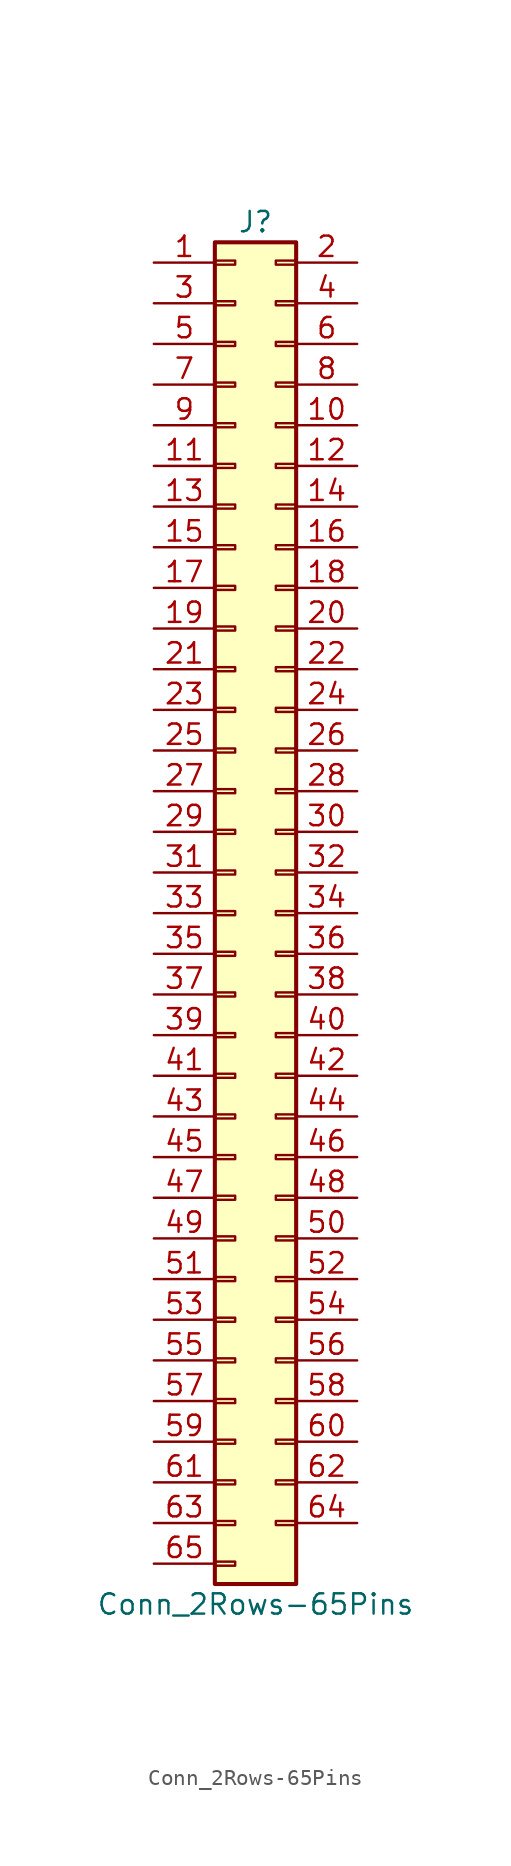
<source format=kicad_sym>
(kicad_symbol_lib
  (version 20220914)
  (generator kicad_symbol_editor)
  (symbol "Conn_2Rows-65Pins"
    (pin_names
      (offset 1.016) hide)
    (property "Reference" "J"
      (at 1.27 43.18 0)
      (effects (font (size 1.27 1.27))))
    (property "Value" "Conn_2Rows-65Pins"
      (at 1.27 -43.18 0)
      (effects (font (size 1.27 1.27))))
    (symbol "Conn_2Rows-65Pins_1_1"
      (rectangle (start -1.27 -40.513) (end 0 -40.767) (stroke (width 0.152) (type solid)) (fill (type none)))
      (rectangle (start -1.27 -37.973) (end 0 -38.227) (stroke (width 0.152) (type solid)) (fill (type none)))
      (rectangle (start -1.27 -35.433) (end 0 -35.687) (stroke (width 0.152) (type solid)) (fill (type none)))
      (rectangle (start -1.27 -32.893) (end 0 -33.147) (stroke (width 0.152) (type solid)) (fill (type none)))
      (rectangle (start -1.27 -30.353) (end 0 -30.607) (stroke (width 0.152) (type solid)) (fill (type none)))
      (rectangle (start -1.27 -27.813) (end 0 -28.067) (stroke (width 0.152) (type solid)) (fill (type none)))
      (rectangle (start -1.27 -25.273) (end 0 -25.527) (stroke (width 0.152) (type solid)) (fill (type none)))
      (rectangle (start -1.27 -22.733) (end 0 -22.987) (stroke (width 0.152) (type solid)) (fill (type none)))
      (rectangle (start -1.27 -20.193) (end 0 -20.447) (stroke (width 0.152) (type solid)) (fill (type none)))
      (rectangle (start -1.27 -17.653) (end 0 -17.907) (stroke (width 0.152) (type solid)) (fill (type none)))
      (rectangle (start -1.27 -15.113) (end 0 -15.367) (stroke (width 0.152) (type solid)) (fill (type none)))
      (rectangle (start -1.27 -12.573) (end 0 -12.827) (stroke (width 0.152) (type solid)) (fill (type none)))
      (rectangle (start -1.27 -10.033) (end 0 -10.287) (stroke (width 0.152) (type solid)) (fill (type none)))
      (rectangle (start -1.27 -7.493) (end 0 -7.747) (stroke (width 0.152) (type solid)) (fill (type none)))
      (rectangle (start -1.27 -4.953) (end 0 -5.207) (stroke (width 0.152) (type solid)) (fill (type none)))
      (rectangle (start -1.27 -2.413) (end 0 -2.667) (stroke (width 0.152) (type solid)) (fill (type none)))
      (rectangle (start -1.27 0.127) (end 0 -0.127) (stroke (width 0.152) (type solid)) (fill (type none)))
      (rectangle (start -1.27 2.667) (end 0 2.413) (stroke (width 0.152) (type solid)) (fill (type none)))
      (rectangle (start -1.27 5.207) (end 0 4.953) (stroke (width 0.152) (type solid)) (fill (type none)))
      (rectangle (start -1.27 7.747) (end 0 7.493) (stroke (width 0.152) (type solid)) (fill (type none)))
      (rectangle (start -1.27 10.287) (end 0 10.033) (stroke (width 0.152) (type solid)) (fill (type none)))
      (rectangle (start -1.27 12.827) (end 0 12.573) (stroke (width 0.152) (type solid)) (fill (type none)))
      (rectangle (start -1.27 15.367) (end 0 15.113) (stroke (width 0.152) (type solid)) (fill (type none)))
      (rectangle (start -1.27 17.907) (end 0 17.653) (stroke (width 0.152) (type solid)) (fill (type none)))
      (rectangle (start -1.27 20.447) (end 0 20.193) (stroke (width 0.152) (type solid)) (fill (type none)))
      (rectangle (start -1.27 22.987) (end 0 22.733) (stroke (width 0.152) (type solid)) (fill (type none)))
      (rectangle (start -1.27 25.527) (end 0 25.273) (stroke (width 0.152) (type solid)) (fill (type none)))
      (rectangle (start -1.27 28.067) (end 0 27.813) (stroke (width 0.152) (type solid)) (fill (type none)))
      (rectangle (start -1.27 30.607) (end 0 30.353) (stroke (width 0.152) (type solid)) (fill (type none)))
      (rectangle (start -1.27 33.147) (end 0 32.893) (stroke (width 0.152) (type solid)) (fill (type none)))
      (rectangle (start -1.27 35.687) (end 0 35.433) (stroke (width 0.152) (type solid)) (fill (type none)))
      (rectangle (start -1.27 38.227) (end 0 37.973) (stroke (width 0.152) (type solid)) (fill (type none)))
      (rectangle (start -1.27 40.767) (end 0 40.513) (stroke (width 0.152) (type solid)) (fill (type none)))
      (rectangle (start -1.27 41.91) (end 3.81 -41.91) (stroke (width 0.254) (type solid)) (fill (type background)))
      (rectangle (start 3.81 -37.973) (end 2.54 -38.227) (stroke (width 0.152) (type solid)) (fill (type none)))
      (rectangle (start 3.81 -35.433) (end 2.54 -35.687) (stroke (width 0.152) (type solid)) (fill (type none)))
      (rectangle (start 3.81 -32.893) (end 2.54 -33.147) (stroke (width 0.152) (type solid)) (fill (type none)))
      (rectangle (start 3.81 -30.353) (end 2.54 -30.607) (stroke (width 0.152) (type solid)) (fill (type none)))
      (rectangle (start 3.81 -27.813) (end 2.54 -28.067) (stroke (width 0.152) (type solid)) (fill (type none)))
      (rectangle (start 3.81 -25.273) (end 2.54 -25.527) (stroke (width 0.152) (type solid)) (fill (type none)))
      (rectangle (start 3.81 -22.733) (end 2.54 -22.987) (stroke (width 0.152) (type solid)) (fill (type none)))
      (rectangle (start 3.81 -20.193) (end 2.54 -20.447) (stroke (width 0.152) (type solid)) (fill (type none)))
      (rectangle (start 3.81 -17.653) (end 2.54 -17.907) (stroke (width 0.152) (type solid)) (fill (type none)))
      (rectangle (start 3.81 -15.113) (end 2.54 -15.367) (stroke (width 0.152) (type solid)) (fill (type none)))
      (rectangle (start 3.81 -12.573) (end 2.54 -12.827) (stroke (width 0.152) (type solid)) (fill (type none)))
      (rectangle (start 3.81 -10.033) (end 2.54 -10.287) (stroke (width 0.152) (type solid)) (fill (type none)))
      (rectangle (start 3.81 -7.493) (end 2.54 -7.747) (stroke (width 0.152) (type solid)) (fill (type none)))
      (rectangle (start 3.81 -4.953) (end 2.54 -5.207) (stroke (width 0.152) (type solid)) (fill (type none)))
      (rectangle (start 3.81 -2.413) (end 2.54 -2.667) (stroke (width 0.152) (type solid)) (fill (type none)))
      (rectangle (start 3.81 0.127) (end 2.54 -0.127) (stroke (width 0.152) (type solid)) (fill (type none)))
      (rectangle (start 3.81 2.667) (end 2.54 2.413) (stroke (width 0.152) (type solid)) (fill (type none)))
      (rectangle (start 3.81 5.207) (end 2.54 4.953) (stroke (width 0.152) (type solid)) (fill (type none)))
      (rectangle (start 3.81 7.747) (end 2.54 7.493) (stroke (width 0.152) (type solid)) (fill (type none)))
      (rectangle (start 3.81 10.287) (end 2.54 10.033) (stroke (width 0.152) (type solid)) (fill (type none)))
      (rectangle (start 3.81 12.827) (end 2.54 12.573) (stroke (width 0.152) (type solid)) (fill (type none)))
      (rectangle (start 3.81 15.367) (end 2.54 15.113) (stroke (width 0.152) (type solid)) (fill (type none)))
      (rectangle (start 3.81 17.907) (end 2.54 17.653) (stroke (width 0.152) (type solid)) (fill (type none)))
      (rectangle (start 3.81 20.447) (end 2.54 20.193) (stroke (width 0.152) (type solid)) (fill (type none)))
      (rectangle (start 3.81 22.987) (end 2.54 22.733) (stroke (width 0.152) (type solid)) (fill (type none)))
      (rectangle (start 3.81 25.527) (end 2.54 25.273) (stroke (width 0.152) (type solid)) (fill (type none)))
      (rectangle (start 3.81 28.067) (end 2.54 27.813) (stroke (width 0.152) (type solid)) (fill (type none)))
      (rectangle (start 3.81 30.607) (end 2.54 30.353) (stroke (width 0.152) (type solid)) (fill (type none)))
      (rectangle (start 3.81 33.147) (end 2.54 32.893) (stroke (width 0.152) (type solid)) (fill (type none)))
      (rectangle (start 3.81 35.687) (end 2.54 35.433) (stroke (width 0.152) (type solid)) (fill (type none)))
      (rectangle (start 3.81 38.227) (end 2.54 37.973) (stroke (width 0.152) (type solid)) (fill (type none)))
      (rectangle (start 3.81 40.767) (end 2.54 40.513) (stroke (width 0.152) (type solid)) (fill (type none)))
      (pin passive line (at -5.08 40.64 0) (length 3.81) (name "Pin_1" (effects (font (size 1.27 1.27)))) (number "1" (effects (font (size 1.27 1.27)))))
      (pin passive line (at 7.62 30.48 180) (length 3.81) (name "Pin_10" (effects (font (size 1.27 1.27)))) (number "10" (effects (font (size 1.27 1.27)))))
      (pin passive line (at -5.08 27.94 0) (length 3.81) (name "Pin_11" (effects (font (size 1.27 1.27)))) (number "11" (effects (font (size 1.27 1.27)))))
      (pin passive line (at 7.62 27.94 180) (length 3.81) (name "Pin_12" (effects (font (size 1.27 1.27)))) (number "12" (effects (font (size 1.27 1.27)))))
      (pin passive line (at -5.08 25.4 0) (length 3.81) (name "Pin_13" (effects (font (size 1.27 1.27)))) (number "13" (effects (font (size 1.27 1.27)))))
      (pin passive line (at 7.62 25.4 180) (length 3.81) (name "Pin_14" (effects (font (size 1.27 1.27)))) (number "14" (effects (font (size 1.27 1.27)))))
      (pin passive line (at -5.08 22.86 0) (length 3.81) (name "Pin_15" (effects (font (size 1.27 1.27)))) (number "15" (effects (font (size 1.27 1.27)))))
      (pin passive line (at 7.62 22.86 180) (length 3.81) (name "Pin_16" (effects (font (size 1.27 1.27)))) (number "16" (effects (font (size 1.27 1.27)))))
      (pin passive line (at -5.08 20.32 0) (length 3.81) (name "Pin_17" (effects (font (size 1.27 1.27)))) (number "17" (effects (font (size 1.27 1.27)))))
      (pin passive line (at 7.62 20.32 180) (length 3.81) (name "Pin_18" (effects (font (size 1.27 1.27)))) (number "18" (effects (font (size 1.27 1.27)))))
      (pin passive line (at -5.08 17.78 0) (length 3.81) (name "Pin_19" (effects (font (size 1.27 1.27)))) (number "19" (effects (font (size 1.27 1.27)))))
      (pin passive line (at 7.62 40.64 180) (length 3.81) (name "Pin_2" (effects (font (size 1.27 1.27)))) (number "2" (effects (font (size 1.27 1.27)))))
      (pin passive line (at 7.62 17.78 180) (length 3.81) (name "Pin_20" (effects (font (size 1.27 1.27)))) (number "20" (effects (font (size 1.27 1.27)))))
      (pin passive line (at -5.08 15.24 0) (length 3.81) (name "Pin_21" (effects (font (size 1.27 1.27)))) (number "21" (effects (font (size 1.27 1.27)))))
      (pin passive line (at 7.62 15.24 180) (length 3.81) (name "Pin_22" (effects (font (size 1.27 1.27)))) (number "22" (effects (font (size 1.27 1.27)))))
      (pin passive line (at -5.08 12.7 0) (length 3.81) (name "Pin_23" (effects (font (size 1.27 1.27)))) (number "23" (effects (font (size 1.27 1.27)))))
      (pin passive line (at 7.62 12.7 180) (length 3.81) (name "Pin_24" (effects (font (size 1.27 1.27)))) (number "24" (effects (font (size 1.27 1.27)))))
      (pin passive line (at -5.08 10.16 0) (length 3.81) (name "Pin_25" (effects (font (size 1.27 1.27)))) (number "25" (effects (font (size 1.27 1.27)))))
      (pin passive line (at 7.62 10.16 180) (length 3.81) (name "Pin_26" (effects (font (size 1.27 1.27)))) (number "26" (effects (font (size 1.27 1.27)))))
      (pin passive line (at -5.08 7.62 0) (length 3.81) (name "Pin_27" (effects (font (size 1.27 1.27)))) (number "27" (effects (font (size 1.27 1.27)))))
      (pin passive line (at 7.62 7.62 180) (length 3.81) (name "Pin_28" (effects (font (size 1.27 1.27)))) (number "28" (effects (font (size 1.27 1.27)))))
      (pin passive line (at -5.08 5.08 0) (length 3.81) (name "Pin_29" (effects (font (size 1.27 1.27)))) (number "29" (effects (font (size 1.27 1.27)))))
      (pin passive line (at -5.08 38.1 0) (length 3.81) (name "Pin_3" (effects (font (size 1.27 1.27)))) (number "3" (effects (font (size 1.27 1.27)))))
      (pin passive line (at 7.62 5.08 180) (length 3.81) (name "Pin_30" (effects (font (size 1.27 1.27)))) (number "30" (effects (font (size 1.27 1.27)))))
      (pin passive line (at -5.08 2.54 0) (length 3.81) (name "Pin_31" (effects (font (size 1.27 1.27)))) (number "31" (effects (font (size 1.27 1.27)))))
      (pin passive line (at 7.62 2.54 180) (length 3.81) (name "Pin_32" (effects (font (size 1.27 1.27)))) (number "32" (effects (font (size 1.27 1.27)))))
      (pin passive line (at -5.08 0 0) (length 3.81) (name "Pin_33" (effects (font (size 1.27 1.27)))) (number "33" (effects (font (size 1.27 1.27)))))
      (pin passive line (at 7.62 0 180) (length 3.81) (name "Pin_34" (effects (font (size 1.27 1.27)))) (number "34" (effects (font (size 1.27 1.27)))))
      (pin passive line (at -5.08 -2.54 0) (length 3.81) (name "Pin_35" (effects (font (size 1.27 1.27)))) (number "35" (effects (font (size 1.27 1.27)))))
      (pin passive line (at 7.62 -2.54 180) (length 3.81) (name "Pin_36" (effects (font (size 1.27 1.27)))) (number "36" (effects (font (size 1.27 1.27)))))
      (pin passive line (at -5.08 -5.08 0) (length 3.81) (name "Pin_37" (effects (font (size 1.27 1.27)))) (number "37" (effects (font (size 1.27 1.27)))))
      (pin passive line (at 7.62 -5.08 180) (length 3.81) (name "Pin_38" (effects (font (size 1.27 1.27)))) (number "38" (effects (font (size 1.27 1.27)))))
      (pin passive line (at -5.08 -7.62 0) (length 3.81) (name "Pin_39" (effects (font (size 1.27 1.27)))) (number "39" (effects (font (size 1.27 1.27)))))
      (pin passive line (at 7.62 38.1 180) (length 3.81) (name "Pin_4" (effects (font (size 1.27 1.27)))) (number "4" (effects (font (size 1.27 1.27)))))
      (pin passive line (at 7.62 -7.62 180) (length 3.81) (name "Pin_40" (effects (font (size 1.27 1.27)))) (number "40" (effects (font (size 1.27 1.27)))))
      (pin passive line (at -5.08 -10.16 0) (length 3.81) (name "Pin_41" (effects (font (size 1.27 1.27)))) (number "41" (effects (font (size 1.27 1.27)))))
      (pin passive line (at 7.62 -10.16 180) (length 3.81) (name "Pin_42" (effects (font (size 1.27 1.27)))) (number "42" (effects (font (size 1.27 1.27)))))
      (pin passive line (at -5.08 -12.7 0) (length 3.81) (name "Pin_43" (effects (font (size 1.27 1.27)))) (number "43" (effects (font (size 1.27 1.27)))))
      (pin passive line (at 7.62 -12.7 180) (length 3.81) (name "Pin_44" (effects (font (size 1.27 1.27)))) (number "44" (effects (font (size 1.27 1.27)))))
      (pin passive line (at -5.08 -15.24 0) (length 3.81) (name "Pin_45" (effects (font (size 1.27 1.27)))) (number "45" (effects (font (size 1.27 1.27)))))
      (pin passive line (at 7.62 -15.24 180) (length 3.81) (name "Pin_46" (effects (font (size 1.27 1.27)))) (number "46" (effects (font (size 1.27 1.27)))))
      (pin passive line (at -5.08 -17.78 0) (length 3.81) (name "Pin_47" (effects (font (size 1.27 1.27)))) (number "47" (effects (font (size 1.27 1.27)))))
      (pin passive line (at 7.62 -17.78 180) (length 3.81) (name "Pin_48" (effects (font (size 1.27 1.27)))) (number "48" (effects (font (size 1.27 1.27)))))
      (pin passive line (at -5.08 -20.32 0) (length 3.81) (name "Pin_49" (effects (font (size 1.27 1.27)))) (number "49" (effects (font (size 1.27 1.27)))))
      (pin passive line (at -5.08 35.56 0) (length 3.81) (name "Pin_5" (effects (font (size 1.27 1.27)))) (number "5" (effects (font (size 1.27 1.27)))))
      (pin passive line (at 7.62 -20.32 180) (length 3.81) (name "Pin_50" (effects (font (size 1.27 1.27)))) (number "50" (effects (font (size 1.27 1.27)))))
      (pin passive line (at -5.08 -22.86 0) (length 3.81) (name "Pin_51" (effects (font (size 1.27 1.27)))) (number "51" (effects (font (size 1.27 1.27)))))
      (pin passive line (at 7.62 -22.86 180) (length 3.81) (name "Pin_52" (effects (font (size 1.27 1.27)))) (number "52" (effects (font (size 1.27 1.27)))))
      (pin passive line (at -5.08 -25.4 0) (length 3.81) (name "Pin_53" (effects (font (size 1.27 1.27)))) (number "53" (effects (font (size 1.27 1.27)))))
      (pin passive line (at 7.62 -25.4 180) (length 3.81) (name "Pin_54" (effects (font (size 1.27 1.27)))) (number "54" (effects (font (size 1.27 1.27)))))
      (pin passive line (at -5.08 -27.94 0) (length 3.81) (name "Pin_55" (effects (font (size 1.27 1.27)))) (number "55" (effects (font (size 1.27 1.27)))))
      (pin passive line (at 7.62 -27.94 180) (length 3.81) (name "Pin_56" (effects (font (size 1.27 1.27)))) (number "56" (effects (font (size 1.27 1.27)))))
      (pin passive line (at -5.08 -30.48 0) (length 3.81) (name "Pin_57" (effects (font (size 1.27 1.27)))) (number "57" (effects (font (size 1.27 1.27)))))
      (pin passive line (at 7.62 -30.48 180) (length 3.81) (name "Pin_58" (effects (font (size 1.27 1.27)))) (number "58" (effects (font (size 1.27 1.27)))))
      (pin passive line (at -5.08 -33.02 0) (length 3.81) (name "Pin_59" (effects (font (size 1.27 1.27)))) (number "59" (effects (font (size 1.27 1.27)))))
      (pin passive line (at 7.62 35.56 180) (length 3.81) (name "Pin_6" (effects (font (size 1.27 1.27)))) (number "6" (effects (font (size 1.27 1.27)))))
      (pin passive line (at 7.62 -33.02 180) (length 3.81) (name "Pin_60" (effects (font (size 1.27 1.27)))) (number "60" (effects (font (size 1.27 1.27)))))
      (pin passive line (at -5.08 -35.56 0) (length 3.81) (name "Pin_61" (effects (font (size 1.27 1.27)))) (number "61" (effects (font (size 1.27 1.27)))))
      (pin passive line (at 7.62 -35.56 180) (length 3.81) (name "Pin_62" (effects (font (size 1.27 1.27)))) (number "62" (effects (font (size 1.27 1.27)))))
      (pin passive line (at -5.08 -38.1 0) (length 3.81) (name "Pin_63" (effects (font (size 1.27 1.27)))) (number "63" (effects (font (size 1.27 1.27)))))
      (pin passive line (at 7.62 -38.1 180) (length 3.81) (name "Pin_64" (effects (font (size 1.27 1.27)))) (number "64" (effects (font (size 1.27 1.27)))))
      (pin passive line (at -5.08 -40.64 0) (length 3.81) (name "Pin_65" (effects (font (size 1.27 1.27)))) (number "65" (effects (font (size 1.27 1.27)))))
      (pin passive line (at -5.08 33.02 0) (length 3.81) (name "Pin_7" (effects (font (size 1.27 1.27)))) (number "7" (effects (font (size 1.27 1.27)))))
      (pin passive line (at 7.62 33.02 180) (length 3.81) (name "Pin_8" (effects (font (size 1.27 1.27)))) (number "8" (effects (font (size 1.27 1.27)))))
      (pin passive line (at -5.08 30.48 0) (length 3.81) (name "Pin_9" (effects (font (size 1.27 1.27)))) (number "9" (effects (font (size 1.27 1.27))))))))
</source>
